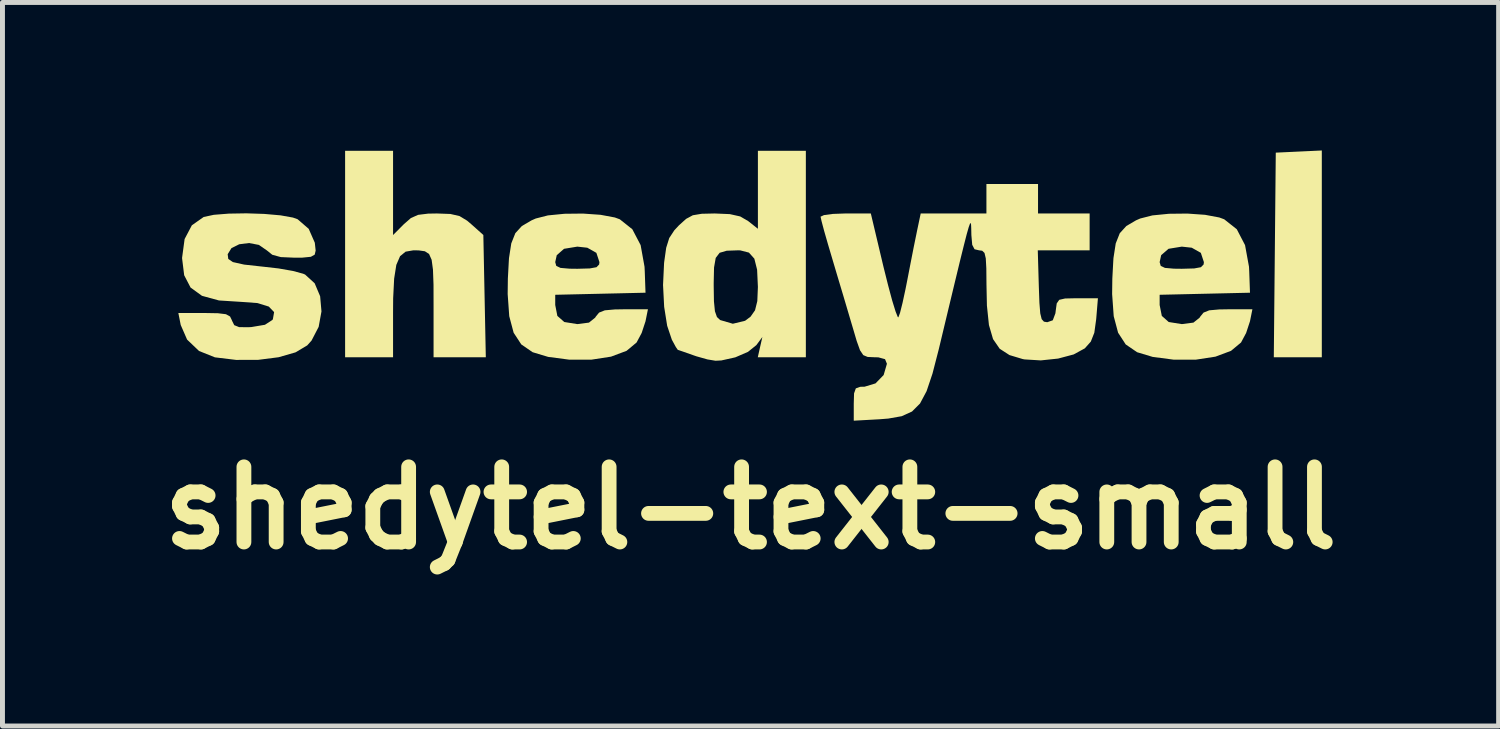
<source format=kicad_pcb>
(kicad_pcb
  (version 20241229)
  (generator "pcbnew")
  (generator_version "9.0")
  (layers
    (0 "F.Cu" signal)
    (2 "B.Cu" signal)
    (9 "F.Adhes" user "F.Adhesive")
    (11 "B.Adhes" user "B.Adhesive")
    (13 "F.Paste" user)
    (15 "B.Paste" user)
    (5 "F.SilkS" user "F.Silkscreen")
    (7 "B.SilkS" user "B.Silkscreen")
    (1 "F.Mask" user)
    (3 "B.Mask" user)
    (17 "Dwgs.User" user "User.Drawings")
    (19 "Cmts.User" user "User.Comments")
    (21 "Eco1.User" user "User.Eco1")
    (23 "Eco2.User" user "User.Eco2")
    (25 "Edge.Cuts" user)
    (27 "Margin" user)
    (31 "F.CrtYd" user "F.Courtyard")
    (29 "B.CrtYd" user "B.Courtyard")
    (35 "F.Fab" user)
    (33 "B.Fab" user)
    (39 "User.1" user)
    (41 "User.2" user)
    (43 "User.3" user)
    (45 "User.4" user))
  (footprint "shedytel-text-small"
    (layer "F.Cu")
    (at 12.163 2.547)
    (property "Reference" "shedytel-text-small" (at 0 4.7 0) (layer "F.SilkS") (effects (font (size 1.524 1.524) (thickness 0.3))))
    (attr board_only exclude_from_pos_files exclude_from_bom)
    (fp_poly (pts (xy 11.579 1.644) (xy 10.606 1.644) (xy 10.626 -0.43) (xy 10.646 -2.503) (xy 11.113 -2.525) (xy 11.579 -2.547)) (stroke (width 0) (type solid)) (fill yes) (layer "F.SilkS"))
    (fp_poly (pts (xy -7.246 -0.833) (xy -7.028 -1.052) (xy -6.885 -1.177) (xy -6.739 -1.242) (xy -6.535 -1.267) (xy -6.357 -1.27) (xy -6.084 -1.26) (xy -5.9 -1.218) (xy -5.746 -1.125) (xy -5.66 -1.052) (xy -5.416 -0.834) (xy -5.366 1.644) (xy -6.425 1.644) (xy -6.425 0.606) (xy -6.426 0.174) (xy -6.437 -0.131) (xy -6.464 -0.331) (xy -6.516 -0.448) (xy -6.601 -0.504) (xy -6.727 -0.522) (xy -6.837 -0.523) (xy -6.992 -0.496) (xy -7.104 -0.404) (xy -7.18 -0.228) (xy -7.224 0.051) (xy -7.244 0.449) (xy -7.246 0.726) (xy -7.246 1.644) (xy -8.218 1.644) (xy -8.218 -2.54) (xy -7.246 -2.54)) (stroke (width 0) (type solid)) (fill yes) (layer "F.SilkS"))
    (fp_poly (pts (xy 1.121 1.644) (xy 0.147 1.644) (xy 0.193 1.438) (xy 0.24 1.233) (xy 0.118 1.398) (xy -0.052 1.535) (xy -0.309 1.646) (xy -0.592 1.709) (xy -0.71 1.715) (xy -0.874 1.688) (xy -1.097 1.625) (xy -1.158 1.604) (xy -1.345 1.538) (xy -1.459 1.499) (xy -1.474 1.495) (xy -1.515 1.436) (xy -1.592 1.294) (xy -1.595 1.289) (xy -1.69 1.006) (xy -1.751 0.622) (xy -1.773 0.191) (xy -0.747 0.191) (xy -0.742 0.51) (xy -0.722 0.712) (xy -0.681 0.829) (xy -0.616 0.89) (xy -0.359 0.965) (xy -0.111 0.905) (xy 0 0.822) (xy 0.091 0.692) (xy 0.137 0.506) (xy 0.149 0.219) (xy 0.133 -0.13) (xy 0.077 -0.354) (xy -0.033 -0.477) (xy -0.208 -0.522) (xy -0.258 -0.523) (xy -0.484 -0.515) (xy -0.627 -0.473) (xy -0.706 -0.369) (xy -0.74 -0.175) (xy -0.747 0.137) (xy -0.747 0.191) (xy -1.773 0.191) (xy -1.774 0.185) (xy -1.753 -0.26) (xy -1.751 -0.282) (xy -1.71 -0.574) (xy -1.648 -0.772) (xy -1.545 -0.929) (xy -1.454 -1.027) (xy -1.307 -1.16) (xy -1.17 -1.234) (xy -0.99 -1.264) (xy -0.727 -1.27) (xy -0.42 -1.257) (xy -0.21 -1.21) (xy -0.05 -1.117) (xy -0.047 -1.115) (xy 0.149 -0.96) (xy 0.149 -2.54) (xy 1.121 -2.54)) (stroke (width 0) (type solid)) (fill yes) (layer "F.SilkS"))
    (fp_poly (pts (xy -3.04 -1.243) (xy -2.751 -1.189) (xy -2.65 -1.152) (xy -2.396 -0.95) (xy -2.228 -0.629) (xy -2.149 -0.191) (xy -2.144 -0.092) (xy -2.129 0.336) (xy -3.044 0.357) (xy -3.959 0.378) (xy -3.959 0.585) (xy -3.916 0.806) (xy -3.775 0.93) (xy -3.519 0.971) (xy -3.499 0.971) (xy -3.275 0.942) (xy -3.15 0.842) (xy -3.138 0.822) (xy -3.07 0.739) (xy -2.954 0.693) (xy -2.751 0.675) (xy -2.569 0.672) (xy -2.08 0.672) (xy -2.129 0.915) (xy -2.207 1.152) (xy -2.31 1.345) (xy -2.513 1.514) (xy -2.828 1.632) (xy -3.225 1.693) (xy -3.676 1.693) (xy -4.102 1.637) (xy -4.417 1.542) (xy -4.647 1.384) (xy -4.802 1.147) (xy -4.891 0.812) (xy -4.923 0.363) (xy -4.919 0.05) (xy -4.901 -0.284) (xy -3.959 -0.284) (xy -3.938 -0.208) (xy -3.853 -0.167) (xy -3.669 -0.151) (xy -3.511 -0.149) (xy -3.259 -0.156) (xy -3.122 -0.181) (xy -3.069 -0.236) (xy -3.063 -0.284) (xy -3.125 -0.472) (xy -3.309 -0.576) (xy -3.511 -0.598) (xy -3.78 -0.554) (xy -3.928 -0.425) (xy -3.959 -0.284) (xy -4.901 -0.284) (xy -4.896 -0.366) (xy -4.85 -0.663) (xy -4.768 -0.87) (xy -4.635 -1.016) (xy -4.438 -1.131) (xy -4.354 -1.168) (xy -4.107 -1.231) (xy -3.771 -1.264) (xy -3.397 -1.268)) (stroke (width 0) (type solid)) (fill yes) (layer "F.SilkS"))
    (fp_poly (pts (xy 9.212 -1.243) (xy 9.501 -1.189) (xy 9.601 -1.152) (xy 9.856 -0.95) (xy 10.023 -0.629) (xy 10.103 -0.191) (xy 10.108 -0.092) (xy 10.123 0.336) (xy 9.207 0.357) (xy 8.292 0.378) (xy 8.292 0.585) (xy 8.336 0.806) (xy 8.476 0.93) (xy 8.732 0.971) (xy 8.753 0.971) (xy 8.977 0.942) (xy 9.102 0.842) (xy 9.114 0.822) (xy 9.182 0.739) (xy 9.297 0.693) (xy 9.5 0.675) (xy 9.683 0.672) (xy 10.172 0.672) (xy 10.123 0.915) (xy 10.045 1.152) (xy 9.942 1.345) (xy 9.739 1.514) (xy 9.424 1.632) (xy 9.026 1.693) (xy 8.576 1.693) (xy 8.15 1.637) (xy 7.835 1.542) (xy 7.604 1.384) (xy 7.45 1.147) (xy 7.361 0.812) (xy 7.329 0.363) (xy 7.333 0.05) (xy 7.351 -0.284) (xy 8.292 -0.284) (xy 8.314 -0.208) (xy 8.399 -0.167) (xy 8.582 -0.151) (xy 8.741 -0.149) (xy 8.993 -0.156) (xy 9.129 -0.181) (xy 9.183 -0.236) (xy 9.189 -0.284) (xy 9.127 -0.472) (xy 8.943 -0.576) (xy 8.741 -0.598) (xy 8.472 -0.554) (xy 8.323 -0.425) (xy 8.292 -0.284) (xy 7.351 -0.284) (xy 7.356 -0.366) (xy 7.402 -0.663) (xy 7.484 -0.87) (xy 7.617 -1.016) (xy 7.813 -1.131) (xy 7.898 -1.168) (xy 8.145 -1.231) (xy 8.481 -1.264) (xy 8.854 -1.268)) (stroke (width 0) (type solid)) (fill yes) (layer "F.SilkS"))
    (fp_poly (pts (xy -9.855 -1.261) (xy -9.526 -1.232) (xy -9.275 -1.187) (xy -9.182 -1.154) (xy -8.956 -0.959) (xy -8.832 -0.677) (xy -8.815 -0.518) (xy -8.834 -0.436) (xy -8.912 -0.392) (xy -9.084 -0.375) (xy -9.247 -0.374) (xy -9.522 -0.386) (xy -9.694 -0.433) (xy -9.806 -0.523) (xy -9.966 -0.633) (xy -10.166 -0.671) (xy -10.364 -0.646) (xy -10.521 -0.568) (xy -10.598 -0.445) (xy -10.586 -0.348) (xy -10.493 -0.285) (xy -10.265 -0.234) (xy -9.894 -0.193) (xy -9.892 -0.193) (xy -9.567 -0.156) (xy -9.276 -0.105) (xy -9.069 -0.049) (xy -9.029 -0.032) (xy -8.835 0.145) (xy -8.724 0.408) (xy -8.697 0.715) (xy -8.754 1.028) (xy -8.898 1.306) (xy -8.986 1.404) (xy -9.223 1.545) (xy -9.567 1.644) (xy -9.981 1.697) (xy -10.428 1.698) (xy -10.857 1.646) (xy -11.179 1.517) (xy -11.421 1.286) (xy -11.55 0.99) (xy -11.598 0.747) (xy -11.075 0.747) (xy -10.796 0.752) (xy -10.633 0.772) (xy -10.55 0.818) (xy -10.511 0.898) (xy -10.511 0.901) (xy -10.465 0.994) (xy -10.365 1.034) (xy -10.167 1.035) (xy -10.117 1.032) (xy -9.843 0.986) (xy -9.693 0.889) (xy -9.682 0.873) (xy -9.657 0.729) (xy -9.765 0.617) (xy -9.994 0.546) (xy -10.305 0.523) (xy -10.775 0.493) (xy -11.119 0.399) (xy -11.35 0.232) (xy -11.48 -0.018) (xy -11.522 -0.36) (xy -11.522 -0.374) (xy -11.471 -0.752) (xy -11.324 -1.031) (xy -11.086 -1.198) (xy -11.085 -1.199) (xy -10.879 -1.243) (xy -10.576 -1.267) (xy -10.22 -1.273)) (stroke (width 0) (type solid)) (fill yes) (layer "F.SilkS"))
    (fp_poly (pts (xy 5.827 -1.27) (xy 6.873 -1.27) (xy 6.873 -0.523) (xy 5.822 -0.523) (xy 5.843 0.205) (xy 5.855 0.541) (xy 5.872 0.754) (xy 5.901 0.872) (xy 5.947 0.923) (xy 6.014 0.934) (xy 6.126 0.895) (xy 6.179 0.754) (xy 6.187 0.691) (xy 6.206 0.553) (xy 6.257 0.48) (xy 6.376 0.453) (xy 6.604 0.448) (xy 6.625 0.448) (xy 7.041 0.448) (xy 7.006 0.872) (xy 6.968 1.147) (xy 6.897 1.327) (xy 6.775 1.464) (xy 6.55 1.587) (xy 6.234 1.671) (xy 5.883 1.708) (xy 5.554 1.688) (xy 5.517 1.681) (xy 5.248 1.6) (xy 5.05 1.472) (xy 4.915 1.276) (xy 4.832 0.991) (xy 4.791 0.597) (xy 4.782 0.168) (xy 4.779 -0.157) (xy 4.768 -0.36) (xy 4.742 -0.47) (xy 4.695 -0.515) (xy 4.632 -0.523) (xy 4.54 -0.545) (xy 4.493 -0.635) (xy 4.476 -0.831) (xy 4.475 -0.878) (xy 4.473 -0.972) (xy 4.47 -1.042) (xy 4.463 -1.077) (xy 4.448 -1.064) (xy 4.422 -0.992) (xy 4.381 -0.848) (xy 4.323 -0.621) (xy 4.243 -0.298) (xy 4.139 0.132) (xy 4.007 0.681) (xy 3.844 1.362) (xy 3.813 1.491) (xy 3.688 1.975) (xy 3.568 2.332) (xy 3.435 2.582) (xy 3.273 2.744) (xy 3.064 2.839) (xy 2.792 2.887) (xy 2.616 2.901) (xy 2.092 2.93) (xy 2.092 2.586) (xy 2.098 2.376) (xy 2.134 2.275) (xy 2.224 2.243) (xy 2.312 2.241) (xy 2.533 2.174) (xy 2.698 2.004) (xy 2.764 1.777) (xy 2.764 1.776) (xy 2.726 1.683) (xy 2.59 1.646) (xy 2.506 1.644) (xy 2.373 1.638) (xy 2.285 1.601) (xy 2.219 1.503) (xy 2.151 1.313) (xy 2.089 1.102) (xy 1.999 0.799) (xy 1.884 0.41) (xy 1.759 -0.007) (xy 1.675 -0.29) (xy 1.575 -0.627) (xy 1.493 -0.912) (xy 1.439 -1.115) (xy 1.419 -1.205) (xy 1.488 -1.237) (xy 1.667 -1.261) (xy 1.919 -1.27) (xy 1.929 -1.27) (xy 2.438 -1.27) (xy 2.694 -0.191) (xy 2.787 0.181) (xy 2.87 0.491) (xy 2.939 0.715) (xy 2.984 0.828) (xy 2.996 0.836) (xy 3.03 0.744) (xy 3.081 0.541) (xy 3.141 0.263) (xy 3.171 0.112) (xy 3.239 -0.239) (xy 3.306 -0.581) (xy 3.362 -0.855) (xy 3.374 -0.915) (xy 3.449 -1.27) (xy 4.781 -1.27) (xy 4.781 -1.868) (xy 5.827 -1.868)) (stroke (width 0) (type solid)) (fill yes) (layer "F.SilkS")))
  (gr_rect
    (start -3 -3)
    (end 27.326 11.665)
    (stroke (width 0.1) (type default))
    (fill no)
    (layer "Edge.Cuts")))
</source>
